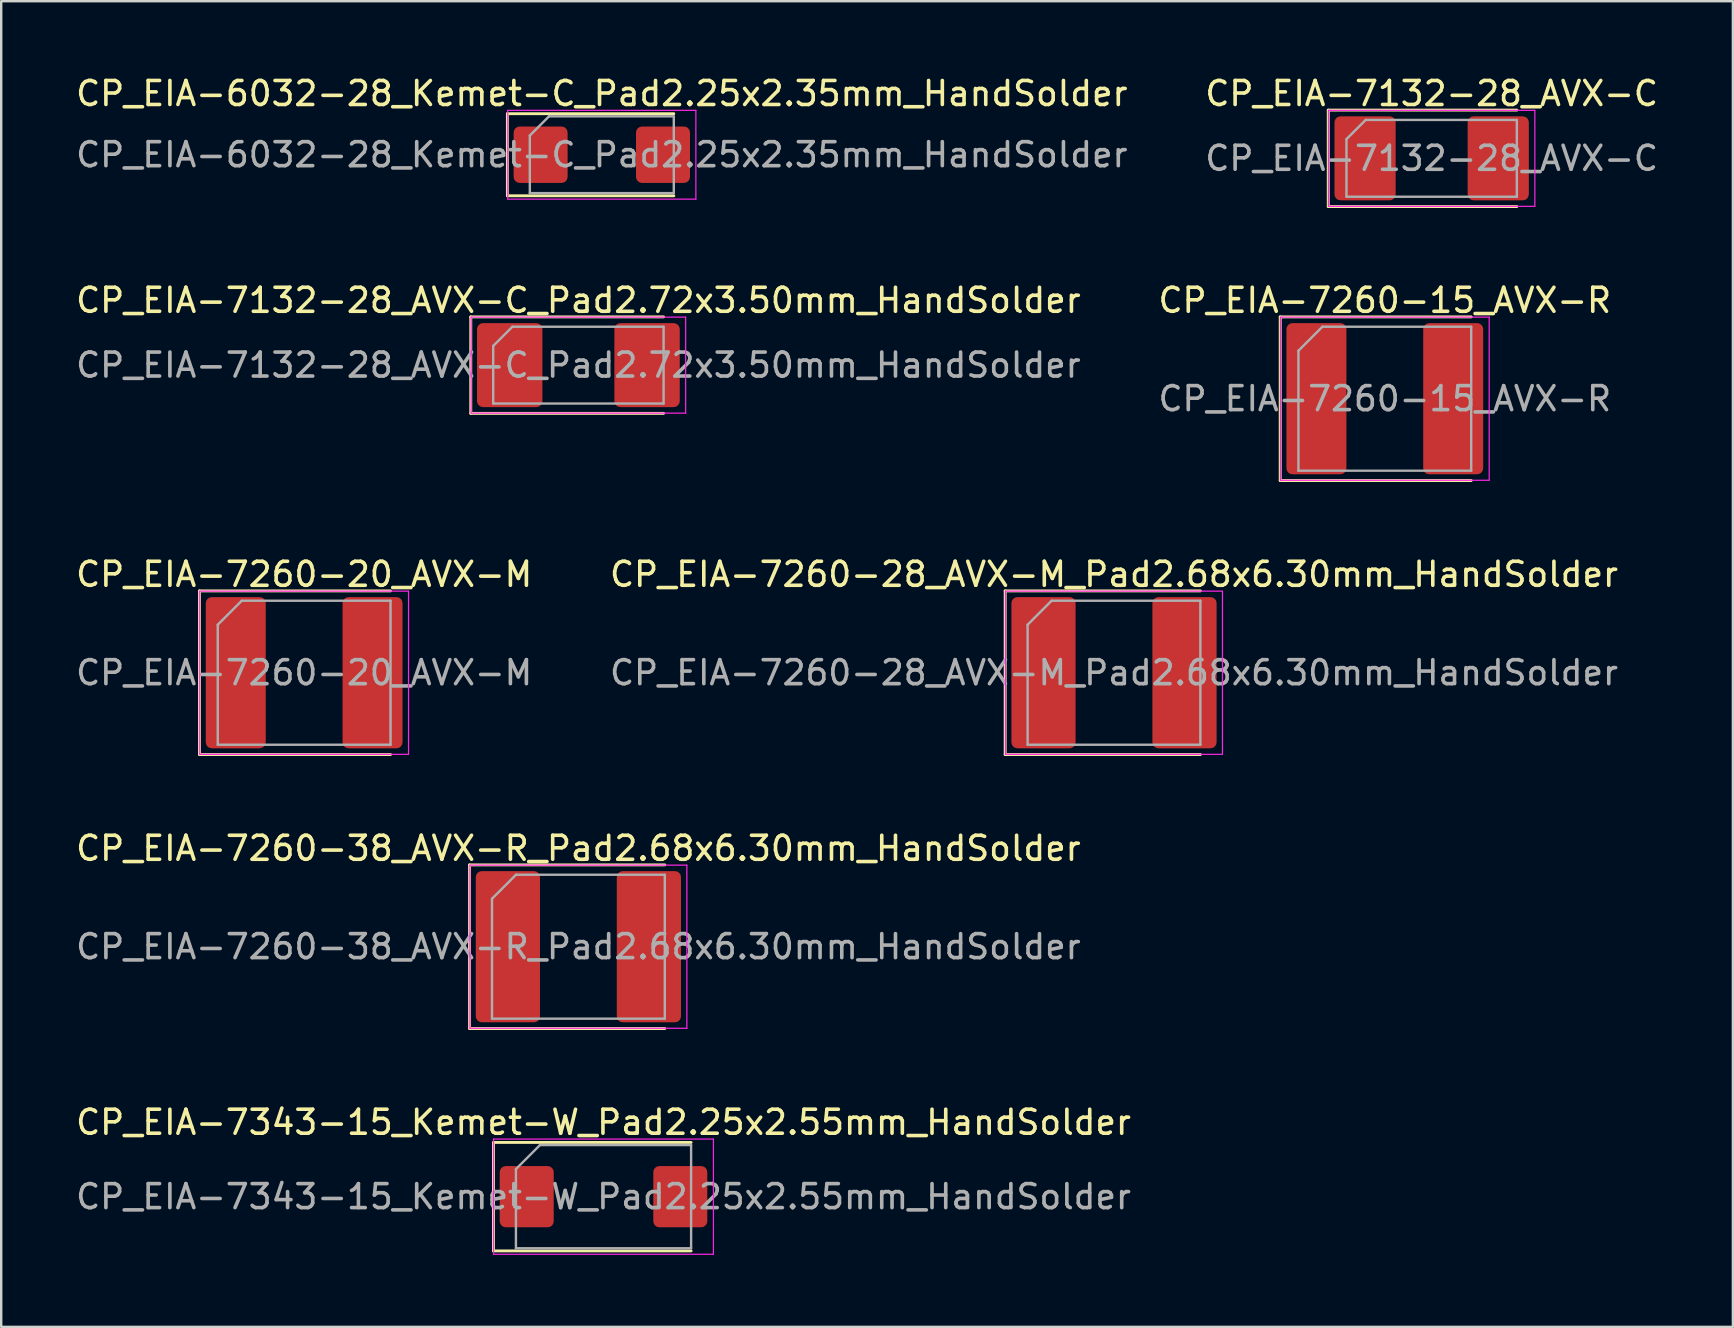
<source format=kicad_pcb>
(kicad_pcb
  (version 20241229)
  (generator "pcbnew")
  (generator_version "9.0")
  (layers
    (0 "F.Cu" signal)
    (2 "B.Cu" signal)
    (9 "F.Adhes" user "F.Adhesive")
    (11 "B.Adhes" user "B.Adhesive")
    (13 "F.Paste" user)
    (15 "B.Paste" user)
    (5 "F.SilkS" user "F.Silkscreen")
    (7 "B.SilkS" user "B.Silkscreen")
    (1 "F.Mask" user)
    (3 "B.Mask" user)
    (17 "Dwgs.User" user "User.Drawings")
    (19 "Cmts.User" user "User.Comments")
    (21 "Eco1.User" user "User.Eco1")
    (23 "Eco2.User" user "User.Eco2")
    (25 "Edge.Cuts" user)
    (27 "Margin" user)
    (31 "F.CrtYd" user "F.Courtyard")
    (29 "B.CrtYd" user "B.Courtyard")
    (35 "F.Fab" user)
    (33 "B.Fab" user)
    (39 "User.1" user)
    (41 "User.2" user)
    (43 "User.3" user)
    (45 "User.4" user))
  (footprint "CP_EIA-7132-28_AVX-C"
    (layer "F.Cu")
    (at 56.613 3.548)
    (property "Reference" "CP_EIA-7132-28_AVX-C" (at 0 -2.7 0) (layer "F.SilkS") (effects (font (size 1 1) (thickness 0.15))))
    (attr smd)
    (fp_line (start -4.31 -2.01) (end -4.31 2.01) (stroke (width 0.12) (type solid)) (layer "F.SilkS"))
    (fp_line (start -4.31 2.01) (end 3.55 2.01) (stroke (width 0.12) (type solid)) (layer "F.SilkS"))
    (fp_line (start 3.55 -2.01) (end -4.31 -2.01) (stroke (width 0.12) (type solid)) (layer "F.SilkS"))
    (fp_line (start -4.3 -2) (end 4.3 -2) (stroke (width 0.05) (type solid)) (layer "F.CrtYd"))
    (fp_line (start -4.3 2) (end -4.3 -2) (stroke (width 0.05) (type solid)) (layer "F.CrtYd"))
    (fp_line (start 4.3 -2) (end 4.3 2) (stroke (width 0.05) (type solid)) (layer "F.CrtYd"))
    (fp_line (start 4.3 2) (end -4.3 2) (stroke (width 0.05) (type solid)) (layer "F.CrtYd"))
    (fp_line (start -3.55 -0.8) (end -3.55 1.6) (stroke (width 0.1) (type solid)) (layer "F.Fab"))
    (fp_line (start -3.55 1.6) (end 3.55 1.6) (stroke (width 0.1) (type solid)) (layer "F.Fab"))
    (fp_line (start -2.75 -1.6) (end -3.55 -0.8) (stroke (width 0.1) (type solid)) (layer "F.Fab"))
    (fp_line (start 3.55 -1.6) (end -2.75 -1.6) (stroke (width 0.1) (type solid)) (layer "F.Fab"))
    (fp_line (start 3.55 1.6) (end 3.55 -1.6) (stroke (width 0.1) (type solid)) (layer "F.Fab"))
    (fp_text user "${REFERENCE}" (at 0 0 0) (layer "F.Fab") (effects (font (size 1 1) (thickness 0.15))))
    (pad "1" smd roundrect (at -2.775 0) (size 2.55 3.5) (layers "F.Cu" "F.Mask" "F.Paste") (roundrect_rratio 0.098))
    (pad "2" smd roundrect (at 2.775 0) (size 2.55 3.5) (layers "F.Cu" "F.Mask" "F.Paste") (roundrect_rratio 0.098)))
  (footprint "CP_EIA-7132-28_AVX-C_Pad2.72x3.50mm_HandSolder"
    (layer "F.Cu")
    (at 21.054 12.166)
    (property "Reference" "CP_EIA-7132-28_AVX-C_Pad2.72x3.50mm_HandSolder" (at 0 -2.7 0) (layer "F.SilkS") (effects (font (size 1 1) (thickness 0.15))))
    (attr smd)
    (fp_line (start -4.485 -2.01) (end -4.485 2.01) (stroke (width 0.12) (type solid)) (layer "F.SilkS"))
    (fp_line (start -4.485 2.01) (end 3.55 2.01) (stroke (width 0.12) (type solid)) (layer "F.SilkS"))
    (fp_line (start 3.55 -2.01) (end -4.485 -2.01) (stroke (width 0.12) (type solid)) (layer "F.SilkS"))
    (fp_line (start -4.47 -2) (end 4.47 -2) (stroke (width 0.05) (type solid)) (layer "F.CrtYd"))
    (fp_line (start -4.47 2) (end -4.47 -2) (stroke (width 0.05) (type solid)) (layer "F.CrtYd"))
    (fp_line (start 4.47 -2) (end 4.47 2) (stroke (width 0.05) (type solid)) (layer "F.CrtYd"))
    (fp_line (start 4.47 2) (end -4.47 2) (stroke (width 0.05) (type solid)) (layer "F.CrtYd"))
    (fp_line (start -3.55 -0.8) (end -3.55 1.6) (stroke (width 0.1) (type solid)) (layer "F.Fab"))
    (fp_line (start -3.55 1.6) (end 3.55 1.6) (stroke (width 0.1) (type solid)) (layer "F.Fab"))
    (fp_line (start -2.75 -1.6) (end -3.55 -0.8) (stroke (width 0.1) (type solid)) (layer "F.Fab"))
    (fp_line (start 3.55 -1.6) (end -2.75 -1.6) (stroke (width 0.1) (type solid)) (layer "F.Fab"))
    (fp_line (start 3.55 1.6) (end 3.55 -1.6) (stroke (width 0.1) (type solid)) (layer "F.Fab"))
    (fp_text user "${REFERENCE}" (at 0 0 0) (layer "F.Fab") (effects (font (size 1 1) (thickness 0.15))))
    (pad "1" smd roundrect (at -2.862 0) (size 2.725 3.5) (layers "F.Cu" "F.Mask" "F.Paste") (roundrect_rratio 0.092))
    (pad "2" smd roundrect (at 2.862 0) (size 2.725 3.5) (layers "F.Cu" "F.Mask" "F.Paste") (roundrect_rratio 0.092)))
  (footprint "CP_EIA-7343-15_Kemet-W_Pad2.25x2.55mm_HandSolder"
    (layer "F.Cu")
    (at 22.101 46.821)
    (property "Reference" "CP_EIA-7343-15_Kemet-W_Pad2.25x2.55mm_HandSolder" (at 0 -3.1 0) (layer "F.SilkS") (effects (font (size 1 1) (thickness 0.15))))
    (attr smd)
    (fp_line (start -4.585 -2.26) (end -4.585 2.26) (stroke (width 0.12) (type solid)) (layer "F.SilkS"))
    (fp_line (start -4.585 2.26) (end 3.65 2.26) (stroke (width 0.12) (type solid)) (layer "F.SilkS"))
    (fp_line (start 3.65 -2.26) (end -4.585 -2.26) (stroke (width 0.12) (type solid)) (layer "F.SilkS"))
    (fp_line (start -4.58 -2.4) (end 4.58 -2.4) (stroke (width 0.05) (type solid)) (layer "F.CrtYd"))
    (fp_line (start -4.58 2.4) (end -4.58 -2.4) (stroke (width 0.05) (type solid)) (layer "F.CrtYd"))
    (fp_line (start 4.58 -2.4) (end 4.58 2.4) (stroke (width 0.05) (type solid)) (layer "F.CrtYd"))
    (fp_line (start 4.58 2.4) (end -4.58 2.4) (stroke (width 0.05) (type solid)) (layer "F.CrtYd"))
    (fp_line (start -3.65 -1.15) (end -3.65 2.15) (stroke (width 0.1) (type solid)) (layer "F.Fab"))
    (fp_line (start -3.65 2.15) (end 3.65 2.15) (stroke (width 0.1) (type solid)) (layer "F.Fab"))
    (fp_line (start -2.65 -2.15) (end -3.65 -1.15) (stroke (width 0.1) (type solid)) (layer "F.Fab"))
    (fp_line (start 3.65 -2.15) (end -2.65 -2.15) (stroke (width 0.1) (type solid)) (layer "F.Fab"))
    (fp_line (start 3.65 2.15) (end 3.65 -2.15) (stroke (width 0.1) (type solid)) (layer "F.Fab"))
    (fp_text user "${REFERENCE}" (at 0 0 0) (layer "F.Fab") (effects (font (size 1 1) (thickness 0.15))))
    (pad "1" smd roundrect (at -3.2 0) (size 2.25 2.55) (layers "F.Cu" "F.Mask" "F.Paste") (roundrect_rratio 0.111))
    (pad "2" smd roundrect (at 3.2 0) (size 2.25 2.55) (layers "F.Cu" "F.Mask" "F.Paste") (roundrect_rratio 0.111)))
  (footprint "CP_EIA-7260-15_AVX-R"
    (layer "F.Cu")
    (at 54.661 13.566)
    (property "Reference" "CP_EIA-7260-15_AVX-R" (at 0 -4.1 0) (layer "F.SilkS") (effects (font (size 1 1) (thickness 0.15))))
    (attr smd)
    (fp_line (start -4.36 -3.41) (end -4.36 3.41) (stroke (width 0.12) (type solid)) (layer "F.SilkS"))
    (fp_line (start -4.36 3.41) (end 3.6 3.41) (stroke (width 0.12) (type solid)) (layer "F.SilkS"))
    (fp_line (start 3.6 -3.41) (end -4.36 -3.41) (stroke (width 0.12) (type solid)) (layer "F.SilkS"))
    (fp_line (start -4.35 -3.4) (end 4.35 -3.4) (stroke (width 0.05) (type solid)) (layer "F.CrtYd"))
    (fp_line (start -4.35 3.4) (end -4.35 -3.4) (stroke (width 0.05) (type solid)) (layer "F.CrtYd"))
    (fp_line (start 4.35 -3.4) (end 4.35 3.4) (stroke (width 0.05) (type solid)) (layer "F.CrtYd"))
    (fp_line (start 4.35 3.4) (end -4.35 3.4) (stroke (width 0.05) (type solid)) (layer "F.CrtYd"))
    (fp_line (start -3.6 -2) (end -3.6 3) (stroke (width 0.1) (type solid)) (layer "F.Fab"))
    (fp_line (start -3.6 3) (end 3.6 3) (stroke (width 0.1) (type solid)) (layer "F.Fab"))
    (fp_line (start -2.6 -3) (end -3.6 -2) (stroke (width 0.1) (type solid)) (layer "F.Fab"))
    (fp_line (start 3.6 -3) (end -2.6 -3) (stroke (width 0.1) (type solid)) (layer "F.Fab"))
    (fp_line (start 3.6 3) (end 3.6 -3) (stroke (width 0.1) (type solid)) (layer "F.Fab"))
    (fp_text user "${REFERENCE}" (at 0 0 0) (layer "F.Fab") (effects (font (size 1 1) (thickness 0.15))))
    (pad "1" smd roundrect (at -2.85 0) (size 2.5 6.3) (layers "F.Cu" "F.Mask" "F.Paste") (roundrect_rratio 0.1))
    (pad "2" smd roundrect (at 2.85 0) (size 2.5 6.3) (layers "F.Cu" "F.Mask" "F.Paste") (roundrect_rratio 0.1)))
  (footprint "CP_EIA-7260-38_AVX-R_Pad2.68x6.30mm_HandSolder"
    (layer "F.Cu")
    (at 21.054 36.403)
    (property "Reference" "CP_EIA-7260-38_AVX-R_Pad2.68x6.30mm_HandSolder" (at 0 -4.1 0) (layer "F.SilkS") (effects (font (size 1 1) (thickness 0.15))))
    (attr smd)
    (fp_line (start -4.535 -3.41) (end -4.535 3.41) (stroke (width 0.12) (type solid)) (layer "F.SilkS"))
    (fp_line (start -4.535 3.41) (end 3.6 3.41) (stroke (width 0.12) (type solid)) (layer "F.SilkS"))
    (fp_line (start 3.6 -3.41) (end -4.535 -3.41) (stroke (width 0.12) (type solid)) (layer "F.SilkS"))
    (fp_line (start -4.52 -3.4) (end 4.52 -3.4) (stroke (width 0.05) (type solid)) (layer "F.CrtYd"))
    (fp_line (start -4.52 3.4) (end -4.52 -3.4) (stroke (width 0.05) (type solid)) (layer "F.CrtYd"))
    (fp_line (start 4.52 -3.4) (end 4.52 3.4) (stroke (width 0.05) (type solid)) (layer "F.CrtYd"))
    (fp_line (start 4.52 3.4) (end -4.52 3.4) (stroke (width 0.05) (type solid)) (layer "F.CrtYd"))
    (fp_line (start -3.6 -2) (end -3.6 3) (stroke (width 0.1) (type solid)) (layer "F.Fab"))
    (fp_line (start -3.6 3) (end 3.6 3) (stroke (width 0.1) (type solid)) (layer "F.Fab"))
    (fp_line (start -2.6 -3) (end -3.6 -2) (stroke (width 0.1) (type solid)) (layer "F.Fab"))
    (fp_line (start 3.6 -3) (end -2.6 -3) (stroke (width 0.1) (type solid)) (layer "F.Fab"))
    (fp_line (start 3.6 3) (end 3.6 -3) (stroke (width 0.1) (type solid)) (layer "F.Fab"))
    (fp_text user "${REFERENCE}" (at 0 0 0) (layer "F.Fab") (effects (font (size 1 1) (thickness 0.15))))
    (pad "1" smd roundrect (at -2.938 0) (size 2.675 6.3) (layers "F.Cu" "F.Mask" "F.Paste") (roundrect_rratio 0.093))
    (pad "2" smd roundrect (at 2.938 0) (size 2.675 6.3) (layers "F.Cu" "F.Mask" "F.Paste") (roundrect_rratio 0.093)))
  (footprint "CP_EIA-7260-28_AVX-M_Pad2.68x6.30mm_HandSolder"
    (layer "F.Cu")
    (at 43.375 24.985)
    (property "Reference" "CP_EIA-7260-28_AVX-M_Pad2.68x6.30mm_HandSolder" (at 0 -4.1 0) (layer "F.SilkS") (effects (font (size 1 1) (thickness 0.15))))
    (attr smd)
    (fp_line (start -4.535 -3.41) (end -4.535 3.41) (stroke (width 0.12) (type solid)) (layer "F.SilkS"))
    (fp_line (start -4.535 3.41) (end 3.6 3.41) (stroke (width 0.12) (type solid)) (layer "F.SilkS"))
    (fp_line (start 3.6 -3.41) (end -4.535 -3.41) (stroke (width 0.12) (type solid)) (layer "F.SilkS"))
    (fp_line (start -4.52 -3.4) (end 4.52 -3.4) (stroke (width 0.05) (type solid)) (layer "F.CrtYd"))
    (fp_line (start -4.52 3.4) (end -4.52 -3.4) (stroke (width 0.05) (type solid)) (layer "F.CrtYd"))
    (fp_line (start 4.52 -3.4) (end 4.52 3.4) (stroke (width 0.05) (type solid)) (layer "F.CrtYd"))
    (fp_line (start 4.52 3.4) (end -4.52 3.4) (stroke (width 0.05) (type solid)) (layer "F.CrtYd"))
    (fp_line (start -3.6 -2) (end -3.6 3) (stroke (width 0.1) (type solid)) (layer "F.Fab"))
    (fp_line (start -3.6 3) (end 3.6 3) (stroke (width 0.1) (type solid)) (layer "F.Fab"))
    (fp_line (start -2.6 -3) (end -3.6 -2) (stroke (width 0.1) (type solid)) (layer "F.Fab"))
    (fp_line (start 3.6 -3) (end -2.6 -3) (stroke (width 0.1) (type solid)) (layer "F.Fab"))
    (fp_line (start 3.6 3) (end 3.6 -3) (stroke (width 0.1) (type solid)) (layer "F.Fab"))
    (fp_text user "${REFERENCE}" (at 0 0 0) (layer "F.Fab") (effects (font (size 1 1) (thickness 0.15))))
    (pad "1" smd roundrect (at -2.938 0) (size 2.675 6.3) (layers "F.Cu" "F.Mask" "F.Paste") (roundrect_rratio 0.093))
    (pad "2" smd roundrect (at 2.938 0) (size 2.675 6.3) (layers "F.Cu" "F.Mask" "F.Paste") (roundrect_rratio 0.093)))
  (footprint "CP_EIA-6032-28_Kemet-C_Pad2.25x2.35mm_HandSolder"
    (layer "F.Cu")
    (at 22.03 3.398)
    (property "Reference" "CP_EIA-6032-28_Kemet-C_Pad2.25x2.35mm_HandSolder" (at 0 -2.55 0) (layer "F.SilkS") (effects (font (size 1 1) (thickness 0.15))))
    (attr smd)
    (fp_line (start -3.935 -1.71) (end -3.935 1.71) (stroke (width 0.12) (type solid)) (layer "F.SilkS"))
    (fp_line (start -3.935 1.71) (end 3 1.71) (stroke (width 0.12) (type solid)) (layer "F.SilkS"))
    (fp_line (start 3 -1.71) (end -3.935 -1.71) (stroke (width 0.12) (type solid)) (layer "F.SilkS"))
    (fp_line (start -3.92 -1.85) (end 3.92 -1.85) (stroke (width 0.05) (type solid)) (layer "F.CrtYd"))
    (fp_line (start -3.92 1.85) (end -3.92 -1.85) (stroke (width 0.05) (type solid)) (layer "F.CrtYd"))
    (fp_line (start 3.92 -1.85) (end 3.92 1.85) (stroke (width 0.05) (type solid)) (layer "F.CrtYd"))
    (fp_line (start 3.92 1.85) (end -3.92 1.85) (stroke (width 0.05) (type solid)) (layer "F.CrtYd"))
    (fp_line (start -3 -0.8) (end -3 1.6) (stroke (width 0.1) (type solid)) (layer "F.Fab"))
    (fp_line (start -3 1.6) (end 3 1.6) (stroke (width 0.1) (type solid)) (layer "F.Fab"))
    (fp_line (start -2.2 -1.6) (end -3 -0.8) (stroke (width 0.1) (type solid)) (layer "F.Fab"))
    (fp_line (start 3 -1.6) (end -2.2 -1.6) (stroke (width 0.1) (type solid)) (layer "F.Fab"))
    (fp_line (start 3 1.6) (end 3 -1.6) (stroke (width 0.1) (type solid)) (layer "F.Fab"))
    (fp_text user "${REFERENCE}" (at 0 0 0) (layer "F.Fab") (effects (font (size 1 1) (thickness 0.15))))
    (pad "1" smd roundrect (at -2.55 0) (size 2.25 2.35) (layers "F.Cu" "F.Mask" "F.Paste") (roundrect_rratio 0.111))
    (pad "2" smd roundrect (at 2.55 0) (size 2.25 2.35) (layers "F.Cu" "F.Mask" "F.Paste") (roundrect_rratio 0.111)))
  (footprint "CP_EIA-7260-20_AVX-M"
    (layer "F.Cu")
    (at 9.625 24.985)
    (property "Reference" "CP_EIA-7260-20_AVX-M" (at 0 -4.1 0) (layer "F.SilkS") (effects (font (size 1 1) (thickness 0.15))))
    (attr smd)
    (fp_line (start -4.36 -3.41) (end -4.36 3.41) (stroke (width 0.12) (type solid)) (layer "F.SilkS"))
    (fp_line (start -4.36 3.41) (end 3.6 3.41) (stroke (width 0.12) (type solid)) (layer "F.SilkS"))
    (fp_line (start 3.6 -3.41) (end -4.36 -3.41) (stroke (width 0.12) (type solid)) (layer "F.SilkS"))
    (fp_line (start -4.35 -3.4) (end 4.35 -3.4) (stroke (width 0.05) (type solid)) (layer "F.CrtYd"))
    (fp_line (start -4.35 3.4) (end -4.35 -3.4) (stroke (width 0.05) (type solid)) (layer "F.CrtYd"))
    (fp_line (start 4.35 -3.4) (end 4.35 3.4) (stroke (width 0.05) (type solid)) (layer "F.CrtYd"))
    (fp_line (start 4.35 3.4) (end -4.35 3.4) (stroke (width 0.05) (type solid)) (layer "F.CrtYd"))
    (fp_line (start -3.6 -2) (end -3.6 3) (stroke (width 0.1) (type solid)) (layer "F.Fab"))
    (fp_line (start -3.6 3) (end 3.6 3) (stroke (width 0.1) (type solid)) (layer "F.Fab"))
    (fp_line (start -2.6 -3) (end -3.6 -2) (stroke (width 0.1) (type solid)) (layer "F.Fab"))
    (fp_line (start 3.6 -3) (end -2.6 -3) (stroke (width 0.1) (type solid)) (layer "F.Fab"))
    (fp_line (start 3.6 3) (end 3.6 -3) (stroke (width 0.1) (type solid)) (layer "F.Fab"))
    (fp_text user "${REFERENCE}" (at 0 0 0) (layer "F.Fab") (effects (font (size 1 1) (thickness 0.15))))
    (pad "1" smd roundrect (at -2.85 0) (size 2.5 6.3) (layers "F.Cu" "F.Mask" "F.Paste") (roundrect_rratio 0.1))
    (pad "2" smd roundrect (at 2.85 0) (size 2.5 6.3) (layers "F.Cu" "F.Mask" "F.Paste") (roundrect_rratio 0.1)))
  (gr_rect
    (start -3 -3)
    (end 69.167 52.246)
    (stroke (width 0.1) (type default))
    (fill no)
    (layer "Edge.Cuts")))
</source>
